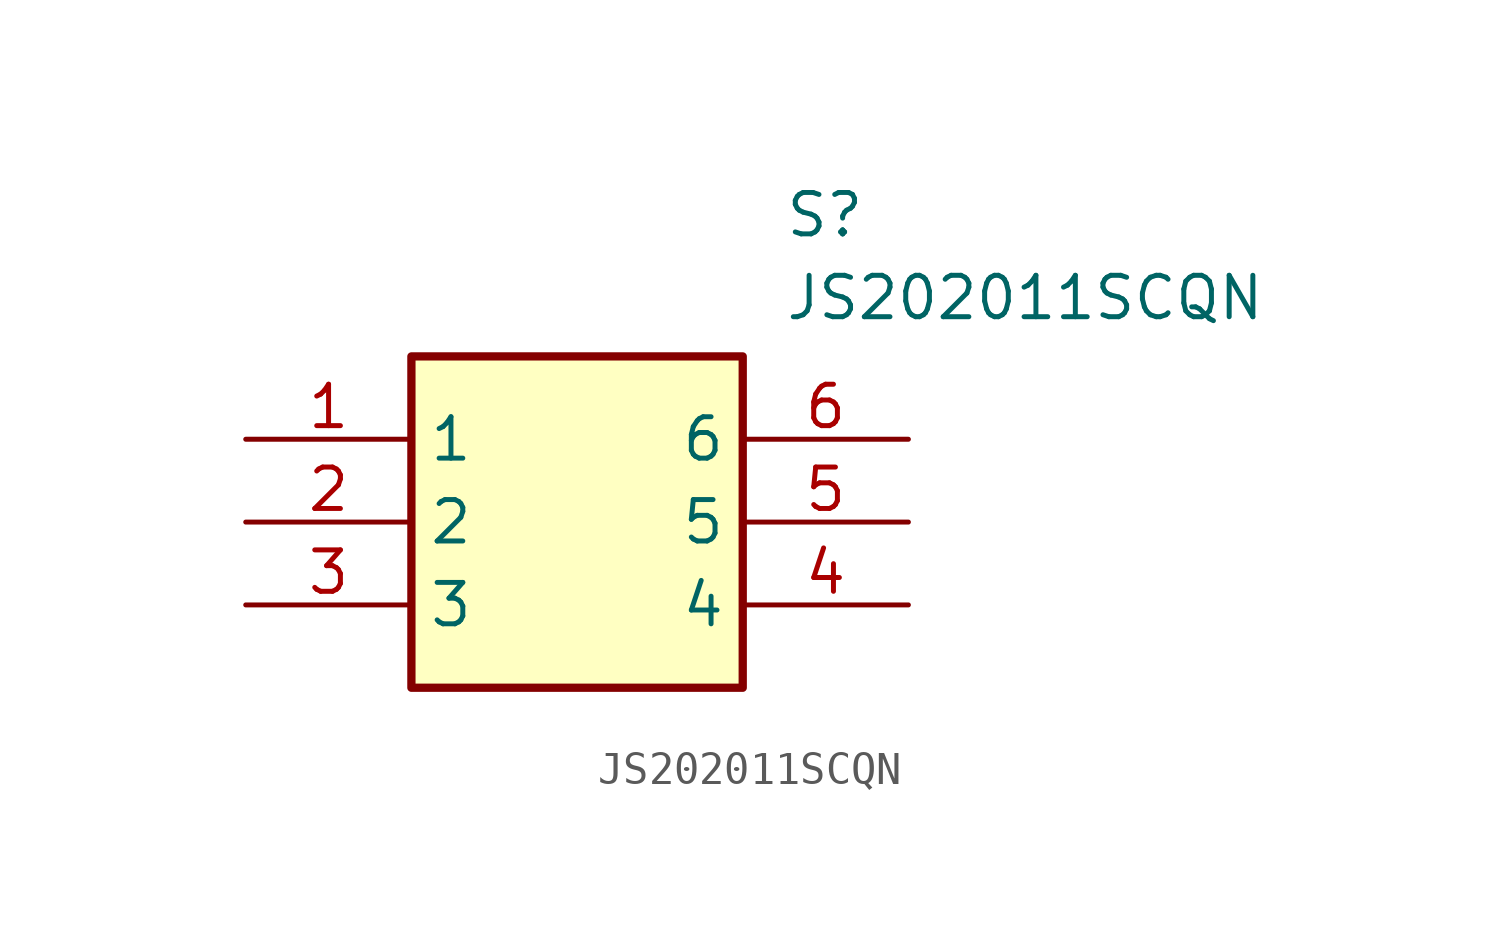
<source format=kicad_sym>
(kicad_symbol_lib
  (version 20211014)
  (generator SamacSys_ECAD_Model)
  (symbol "JS202011SCQN"
    (property "Reference" "S"
      (at 16.51 7.62 0)
      (effects (font (size 1.27 1.27)) (justify left top)))
    (property "Value" "JS202011SCQN"
      (at 16.51 5.08 0)
      (effects (font (size 1.27 1.27)) (justify left top)))
    (rectangle
      (start 5.08 2.54)
      (end 15.24 -7.62)
      (stroke (width 0.254) (type default))
      (fill (type background)))
    (pin passive line
      (at 0 0 0)
      (length 5.08)
      (name "1" (effects (font (size 1.27 1.27))))
      (number "1" (effects (font (size 1.27 1.27)))))
    (pin passive line
      (at 0 -2.54 0)
      (length 5.08)
      (name "2" (effects (font (size 1.27 1.27))))
      (number "2" (effects (font (size 1.27 1.27)))))
    (pin passive line
      (at 0 -5.08 0)
      (length 5.08)
      (name "3" (effects (font (size 1.27 1.27))))
      (number "3" (effects (font (size 1.27 1.27)))))
    (pin passive line
      (at 20.32 -5.08 180)
      (length 5.08)
      (name "4" (effects (font (size 1.27 1.27))))
      (number "4" (effects (font (size 1.27 1.27)))))
    (pin passive line
      (at 20.32 -2.54 180)
      (length 5.08)
      (name "5" (effects (font (size 1.27 1.27))))
      (number "5" (effects (font (size 1.27 1.27)))))
    (pin passive line
      (at 20.32 0 180)
      (length 5.08)
      (name "6" (effects (font (size 1.27 1.27))))
      (number "6" (effects (font (size 1.27 1.27)))))))
</source>
